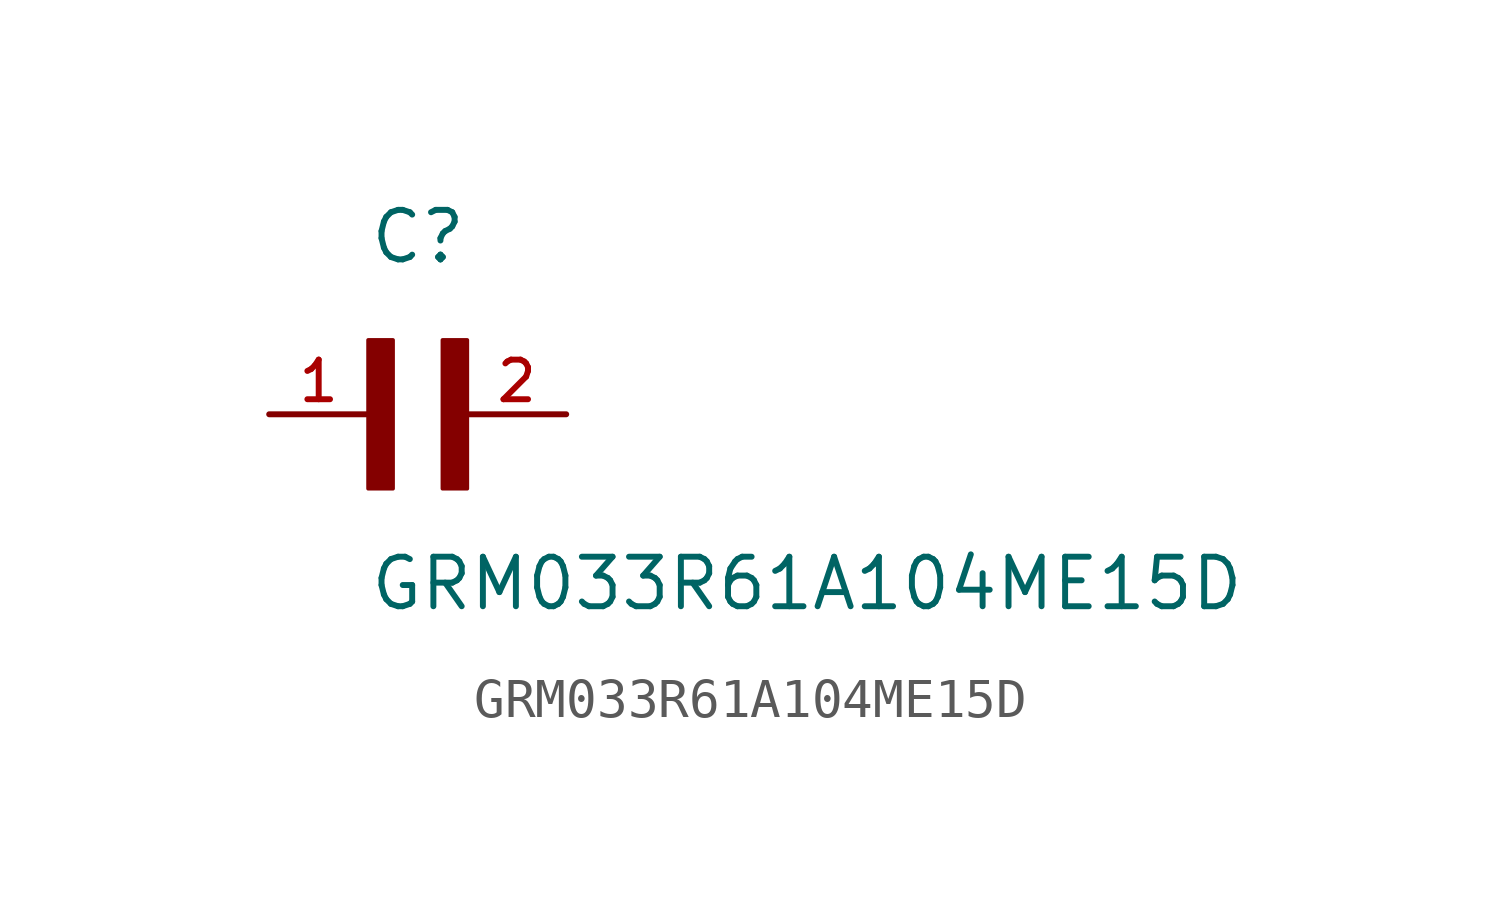
<source format=kicad_sym>
(kicad_symbol_lib
  (version 20211014)
  (generator kicad_symbol_editor)
  (symbol "GRM033R61A104ME15D"
    (pin_names
      (offset 1.016))
    (property "Reference" "C"
      (at 0.0 3.811 0)
      (effects (font (size 1.27 1.27)) (justify bottom left)))
    (property "Value" "GRM033R61A104ME15D"
      (at 0.0 -5.088 0)
      (effects (font (size 1.27 1.27)) (justify bottom left)))
    (symbol "GRM033R61A104ME15D_0_0"
      (rectangle (start 0.0 -1.907) (end 0.635 1.905) (stroke (width 0.1)) (fill (type outline)))
      (rectangle (start 1.907 -1.907) (end 2.54 1.905) (stroke (width 0.1)) (fill (type outline)))
      (pin passive line (at 5.08 0.0 180.0) (length 2.54) (name "~" (effects (font (size 1.016 1.016)))) (number "2" (effects (font (size 1.016 1.016)))))
      (pin passive line (at -2.54 0.0 0) (length 2.54) (name "~" (effects (font (size 1.016 1.016)))) (number "1" (effects (font (size 1.016 1.016))))))))
</source>
